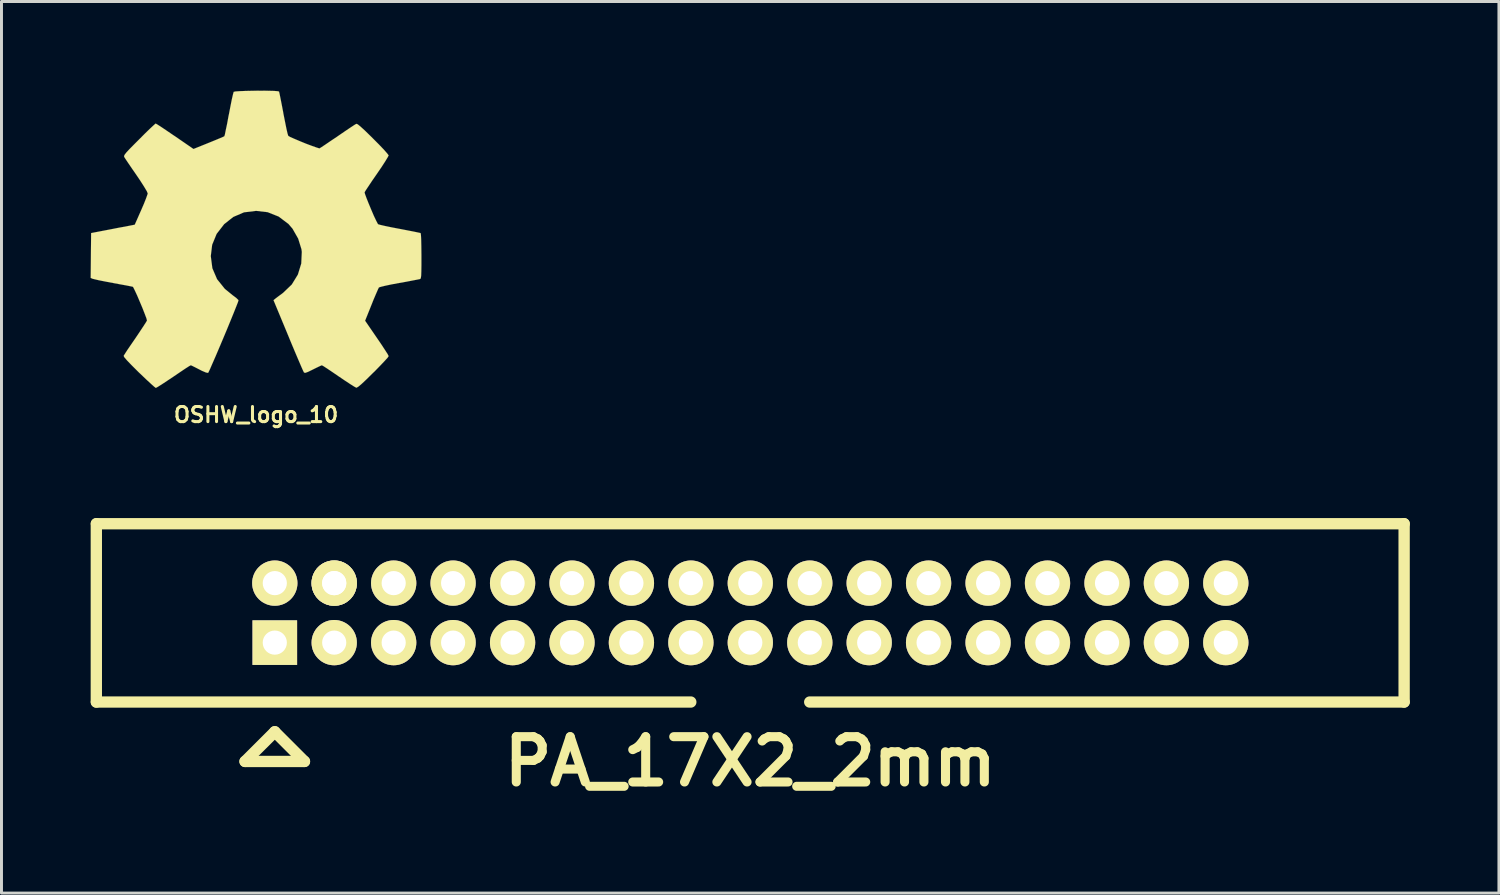
<source format=kicad_pcb>
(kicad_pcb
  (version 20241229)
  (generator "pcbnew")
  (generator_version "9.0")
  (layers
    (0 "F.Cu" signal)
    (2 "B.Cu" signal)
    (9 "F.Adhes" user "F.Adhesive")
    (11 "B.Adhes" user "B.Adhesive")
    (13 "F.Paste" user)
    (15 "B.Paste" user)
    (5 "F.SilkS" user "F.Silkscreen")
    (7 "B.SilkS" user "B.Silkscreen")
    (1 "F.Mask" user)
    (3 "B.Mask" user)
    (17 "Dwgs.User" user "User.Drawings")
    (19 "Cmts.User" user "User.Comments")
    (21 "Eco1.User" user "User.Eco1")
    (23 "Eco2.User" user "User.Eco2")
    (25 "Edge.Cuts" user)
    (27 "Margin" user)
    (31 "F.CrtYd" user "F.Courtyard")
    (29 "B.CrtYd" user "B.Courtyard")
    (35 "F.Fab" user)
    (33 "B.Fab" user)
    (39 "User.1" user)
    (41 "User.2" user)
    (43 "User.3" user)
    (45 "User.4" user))
  (footprint "OSHW_logo_10"
    (layer "F.Cu")
    (at 5.566 5.003)
    (property "Reference" "OSHW_logo_10" (at 0 5.903 0) (layer "F.SilkS") (effects (font (size 0.508 0.508) (thickness 0.102))))
    (attr through_hole)
    (fp_poly (pts (xy -3.373 4.999) (xy -3.315 4.968) (xy -3.185 4.887) (xy -3 4.765) (xy -2.779 4.618) (xy -2.558 4.468) (xy -2.377 4.346) (xy -2.25 4.265) (xy -2.197 4.237) (xy -2.169 4.247) (xy -2.065 4.298) (xy -1.913 4.376) (xy -1.824 4.422) (xy -1.684 4.481) (xy -1.615 4.493) (xy -1.603 4.475) (xy -1.552 4.369) (xy -1.473 4.186) (xy -1.367 3.945) (xy -1.247 3.663) (xy -1.118 3.358) (xy -0.988 3.048) (xy -0.866 2.751) (xy -0.757 2.484) (xy -0.671 2.268) (xy -0.612 2.118) (xy -0.592 2.052) (xy -0.597 2.04) (xy -0.668 1.971) (xy -0.79 1.88) (xy -1.052 1.666) (xy -1.313 1.341) (xy -1.471 0.973) (xy -1.524 0.564) (xy -1.478 0.183) (xy -1.328 -0.183) (xy -1.074 -0.511) (xy -0.767 -0.754) (xy -0.406 -0.909) (xy 0 -0.958) (xy 0.389 -0.914) (xy 0.759 -0.767) (xy 1.09 -0.518) (xy 1.227 -0.358) (xy 1.417 -0.025) (xy 1.527 0.33) (xy 1.539 0.422) (xy 1.521 0.813) (xy 1.407 1.186) (xy 1.201 1.521) (xy 0.914 1.796) (xy 0.879 1.824) (xy 0.744 1.923) (xy 0.655 1.991) (xy 0.587 2.047) (xy 1.085 3.246) (xy 1.163 3.437) (xy 1.3 3.764) (xy 1.42 4.046) (xy 1.516 4.27) (xy 1.582 4.42) (xy 1.613 4.481) (xy 1.615 4.483) (xy 1.659 4.491) (xy 1.75 4.458) (xy 1.918 4.376) (xy 2.029 4.321) (xy 2.156 4.26) (xy 2.212 4.237) (xy 2.261 4.262) (xy 2.383 4.341) (xy 2.56 4.46) (xy 2.776 4.608) (xy 2.979 4.745) (xy 3.167 4.869) (xy 3.305 4.956) (xy 3.371 4.991) (xy 3.381 4.991) (xy 3.439 4.958) (xy 3.546 4.869) (xy 3.711 4.714) (xy 3.942 4.486) (xy 3.978 4.453) (xy 4.166 4.26) (xy 4.321 4.097) (xy 4.425 3.983) (xy 4.46 3.929) (xy 4.427 3.863) (xy 4.341 3.729) (xy 4.216 3.538) (xy 4.064 3.315) (xy 3.668 2.738) (xy 3.886 2.195) (xy 3.952 2.029) (xy 4.039 1.826) (xy 4.102 1.681) (xy 4.133 1.618) (xy 4.194 1.598) (xy 4.341 1.562) (xy 4.557 1.516) (xy 4.816 1.468) (xy 5.06 1.425) (xy 5.281 1.382) (xy 5.443 1.351) (xy 5.514 1.336) (xy 5.532 1.326) (xy 5.545 1.293) (xy 5.555 1.217) (xy 5.56 1.082) (xy 5.563 0.869) (xy 5.563 0.564) (xy 5.563 0.531) (xy 5.56 0.236) (xy 5.555 0.005) (xy 5.547 -0.15) (xy 5.537 -0.208) (xy 5.537 -0.211) (xy 5.469 -0.226) (xy 5.311 -0.259) (xy 5.09 -0.302) (xy 4.826 -0.353) (xy 4.808 -0.356) (xy 4.547 -0.406) (xy 4.326 -0.452) (xy 4.171 -0.488) (xy 4.105 -0.508) (xy 4.092 -0.528) (xy 4.039 -0.63) (xy 3.962 -0.792) (xy 3.876 -0.993) (xy 3.79 -1.199) (xy 3.716 -1.384) (xy 3.665 -1.524) (xy 3.65 -1.587) (xy 3.653 -1.587) (xy 3.691 -1.651) (xy 3.782 -1.788) (xy 3.909 -1.979) (xy 4.064 -2.202) (xy 4.074 -2.217) (xy 4.227 -2.441) (xy 4.348 -2.629) (xy 4.43 -2.764) (xy 4.46 -2.824) (xy 4.46 -2.827) (xy 4.409 -2.893) (xy 4.298 -3.02) (xy 4.135 -3.19) (xy 3.94 -3.386) (xy 3.879 -3.447) (xy 3.663 -3.658) (xy 3.51 -3.797) (xy 3.419 -3.871) (xy 3.373 -3.886) (xy 3.371 -3.886) (xy 3.305 -3.846) (xy 3.165 -3.754) (xy 2.974 -3.625) (xy 2.748 -3.47) (xy 2.733 -3.459) (xy 2.51 -3.31) (xy 2.324 -3.183) (xy 2.192 -3.096) (xy 2.136 -3.061) (xy 2.126 -3.061) (xy 2.035 -3.089) (xy 1.877 -3.145) (xy 1.681 -3.218) (xy 1.476 -3.302) (xy 1.29 -3.381) (xy 1.148 -3.444) (xy 1.082 -3.482) (xy 1.082 -3.485) (xy 1.057 -3.564) (xy 1.019 -3.731) (xy 0.973 -3.96) (xy 0.919 -4.232) (xy 0.912 -4.277) (xy 0.861 -4.542) (xy 0.818 -4.76) (xy 0.787 -4.912) (xy 0.772 -4.973) (xy 0.734 -4.983) (xy 0.605 -4.994) (xy 0.406 -4.999) (xy 0.168 -5.001) (xy -0.084 -4.999) (xy -0.33 -4.994) (xy -0.541 -4.986) (xy -0.691 -4.976) (xy -0.752 -4.963) (xy -0.754 -4.961) (xy -0.777 -4.877) (xy -0.815 -4.712) (xy -0.861 -4.481) (xy -0.914 -4.206) (xy -0.925 -4.158) (xy -0.973 -3.894) (xy -1.019 -3.678) (xy -1.049 -3.528) (xy -1.067 -3.47) (xy -1.09 -3.457) (xy -1.199 -3.409) (xy -1.377 -3.335) (xy -1.595 -3.246) (xy -2.106 -3.04) (xy -2.731 -3.47) (xy -2.789 -3.508) (xy -3.012 -3.66) (xy -3.198 -3.785) (xy -3.325 -3.866) (xy -3.378 -3.896) (xy -3.383 -3.894) (xy -3.444 -3.84) (xy -3.569 -3.724) (xy -3.739 -3.559) (xy -3.934 -3.363) (xy -4.079 -3.218) (xy -4.252 -3.043) (xy -4.361 -2.926) (xy -4.42 -2.85) (xy -4.442 -2.804) (xy -4.437 -2.774) (xy -4.397 -2.71) (xy -4.305 -2.573) (xy -4.176 -2.383) (xy -4.023 -2.162) (xy -3.899 -1.979) (xy -3.764 -1.768) (xy -3.675 -1.618) (xy -3.645 -1.544) (xy -3.653 -1.514) (xy -3.696 -1.392) (xy -3.769 -1.206) (xy -3.863 -0.988) (xy -4.082 -0.493) (xy -4.404 -0.429) (xy -4.602 -0.394) (xy -4.877 -0.34) (xy -5.138 -0.29) (xy -5.55 -0.211) (xy -5.565 1.298) (xy -5.502 1.326) (xy -5.441 1.341) (xy -5.288 1.377) (xy -5.07 1.42) (xy -4.816 1.468) (xy -4.597 1.509) (xy -4.376 1.549) (xy -4.219 1.58) (xy -4.148 1.595) (xy -4.13 1.618) (xy -4.077 1.725) (xy -3.998 1.895) (xy -3.912 2.098) (xy -3.823 2.309) (xy -3.747 2.504) (xy -3.691 2.652) (xy -3.67 2.731) (xy -3.701 2.786) (xy -3.785 2.916) (xy -3.907 3.101) (xy -4.054 3.32) (xy -4.204 3.538) (xy -4.331 3.724) (xy -4.417 3.858) (xy -4.455 3.919) (xy -4.437 3.962) (xy -4.348 4.067) (xy -4.183 4.239) (xy -3.94 4.481) (xy -3.899 4.519) (xy -3.703 4.707) (xy -3.538 4.859) (xy -3.424 4.961) (xy -3.373 4.999)) (stroke (width 0.003) (type solid)) (fill yes) (layer "F.SilkS")))
  (footprint "PA_17X2_2mm"
    (layer "F.Cu")
    (at 22.195 17.571)
    (property "Reference" "PA_17X2_2mm" (at 0 5.001 0) (layer "F.SilkS") (effects (font (size 1.524 1.524) (thickness 0.305))))
    (attr through_hole)
    (fp_line (start -22.004 -3) (end -22.004 3) (stroke (width 0.381) (type solid)) (layer "F.SilkS"))
    (fp_line (start -22.001 -3) (end 21.999 -3) (stroke (width 0.381) (type solid)) (layer "F.SilkS"))
    (fp_line (start -22.001 3) (end -2.002 3) (stroke (width 0.381) (type solid)) (layer "F.SilkS"))
    (fp_line (start -17 4.999) (end -15.001 4.999) (stroke (width 0.381) (type solid)) (layer "F.SilkS"))
    (fp_line (start -15.999 4) (end -17 4.999) (stroke (width 0.381) (type solid)) (layer "F.SilkS"))
    (fp_line (start -15.001 4.999) (end -15.999 4) (stroke (width 0.381) (type solid)) (layer "F.SilkS"))
    (fp_line (start 21.999 -3) (end 21.999 3) (stroke (width 0.381) (type solid)) (layer "F.SilkS"))
    (fp_line (start 21.999 3) (end 1.999 3) (stroke (width 0.381) (type solid)) (layer "F.SilkS"))
    (pad "1" thru_hole rect (at -15.999 1.001) (size 1.501 1.501) (drill 0.813) (layers "*.Cu" "*.Mask" "F.SilkS"))
    (pad "2" thru_hole circle (at -15.999 -1.001) (size 1.524 1.524) (drill 0.813) (layers "*.Cu" "*.Mask" "F.SilkS"))
    (pad "3" thru_hole circle (at -14 1.001) (size 1.524 1.524) (drill 0.813) (layers "*.Cu" "*.Mask" "F.SilkS"))
    (pad "4" thru_hole circle (at -14 -1.001) (size 1.524 1.524) (drill 0.813) (layers "*.Cu" "*.Mask" "F.SilkS"))
    (pad "4" thru_hole circle (at -14 -1.001) (size 1.524 1.524) (drill 0.813) (layers "*.Cu" "*.Mask" "F.SilkS"))
    (pad "5" thru_hole circle (at -11.999 1.001) (size 1.524 1.524) (drill 0.813) (layers "*.Cu" "*.Mask" "F.SilkS"))
    (pad "6" thru_hole circle (at -11.999 -1.001) (size 1.524 1.524) (drill 0.813) (layers "*.Cu" "*.Mask" "F.SilkS"))
    (pad "7" thru_hole circle (at -10 1.001) (size 1.524 1.524) (drill 0.813) (layers "*.Cu" "*.Mask" "F.SilkS"))
    (pad "8" thru_hole circle (at -10 -1.001) (size 1.524 1.524) (drill 0.813) (layers "*.Cu" "*.Mask" "F.SilkS"))
    (pad "9" thru_hole circle (at -7.998 1.001) (size 1.524 1.524) (drill 0.813) (layers "*.Cu" "*.Mask" "F.SilkS"))
    (pad "10" thru_hole circle (at -7.998 -1.001) (size 1.524 1.524) (drill 0.813) (layers "*.Cu" "*.Mask" "F.SilkS"))
    (pad "11" thru_hole circle (at -5.999 1.001) (size 1.524 1.524) (drill 0.813) (layers "*.Cu" "*.Mask" "F.SilkS"))
    (pad "12" thru_hole circle (at -5.999 -1.001) (size 1.524 1.524) (drill 0.813) (layers "*.Cu" "*.Mask" "F.SilkS"))
    (pad "13" thru_hole circle (at -4 1.001) (size 1.524 1.524) (drill 0.813) (layers "*.Cu" "*.Mask" "F.SilkS"))
    (pad "14" thru_hole circle (at -4 -1.001) (size 1.524 1.524) (drill 0.813) (layers "*.Cu" "*.Mask" "F.SilkS"))
    (pad "15" thru_hole circle (at -1.999 1.001) (size 1.524 1.524) (drill 0.813) (layers "*.Cu" "*.Mask" "F.SilkS"))
    (pad "16" thru_hole circle (at -1.999 -1.001) (size 1.524 1.524) (drill 0.813) (layers "*.Cu" "*.Mask" "F.SilkS"))
    (pad "17" thru_hole circle (at 0 1.001) (size 1.524 1.524) (drill 0.813) (layers "*.Cu" "*.Mask" "F.SilkS"))
    (pad "18" thru_hole circle (at 0 -1.001) (size 1.524 1.524) (drill 0.813) (layers "*.Cu" "*.Mask" "F.SilkS"))
    (pad "19" thru_hole circle (at 2.002 1.001) (size 1.524 1.524) (drill 0.813) (layers "*.Cu" "*.Mask" "F.SilkS"))
    (pad "20" thru_hole circle (at 2.002 -1.001) (size 1.524 1.524) (drill 0.813) (layers "*.Cu" "*.Mask" "F.SilkS"))
    (pad "21" thru_hole circle (at 4 1.001) (size 1.524 1.524) (drill 0.813) (layers "*.Cu" "*.Mask" "F.SilkS"))
    (pad "22" thru_hole circle (at 4 -1.001) (size 1.524 1.524) (drill 0.813) (layers "*.Cu" "*.Mask" "F.SilkS"))
    (pad "23" thru_hole circle (at 5.999 1.001) (size 1.524 1.524) (drill 0.813) (layers "*.Cu" "*.Mask" "F.SilkS"))
    (pad "24" thru_hole circle (at 5.999 -1.001) (size 1.524 1.524) (drill 0.813) (layers "*.Cu" "*.Mask" "F.SilkS"))
    (pad "25" thru_hole circle (at 8.001 1.001) (size 1.524 1.524) (drill 0.813) (layers "*.Cu" "*.Mask" "F.SilkS"))
    (pad "26" thru_hole circle (at 8.001 -1.001) (size 1.524 1.524) (drill 0.813) (layers "*.Cu" "*.Mask" "F.SilkS"))
    (pad "27" thru_hole circle (at 10 1.001) (size 1.524 1.524) (drill 0.813) (layers "*.Cu" "*.Mask" "F.SilkS"))
    (pad "28" thru_hole circle (at 10 -1.001) (size 1.524 1.524) (drill 0.813) (layers "*.Cu" "*.Mask" "F.SilkS"))
    (pad "29" thru_hole circle (at 12.002 1.001) (size 1.524 1.524) (drill 0.813) (layers "*.Cu" "*.Mask" "F.SilkS"))
    (pad "30" thru_hole circle (at 12.002 -1.001) (size 1.524 1.524) (drill 0.813) (layers "*.Cu" "*.Mask" "F.SilkS"))
    (pad "31" thru_hole circle (at 14 1.001) (size 1.524 1.524) (drill 0.813) (layers "*.Cu" "*.Mask" "F.SilkS"))
    (pad "32" thru_hole circle (at 14 -1.001) (size 1.524 1.524) (drill 0.813) (layers "*.Cu" "*.Mask" "F.SilkS"))
    (pad "33" thru_hole circle (at 15.999 1.001) (size 1.524 1.524) (drill 0.813) (layers "*.Cu" "*.Mask" "F.SilkS"))
    (pad "34" thru_hole circle (at 15.999 -1.001) (size 1.524 1.524) (drill 0.813) (layers "*.Cu" "*.Mask" "F.SilkS")))
  (gr_rect
    (start -3 -3)
    (end 47.384 26.999)
    (stroke (width 0.1) (type default))
    (fill no)
    (layer "Edge.Cuts")))
</source>
